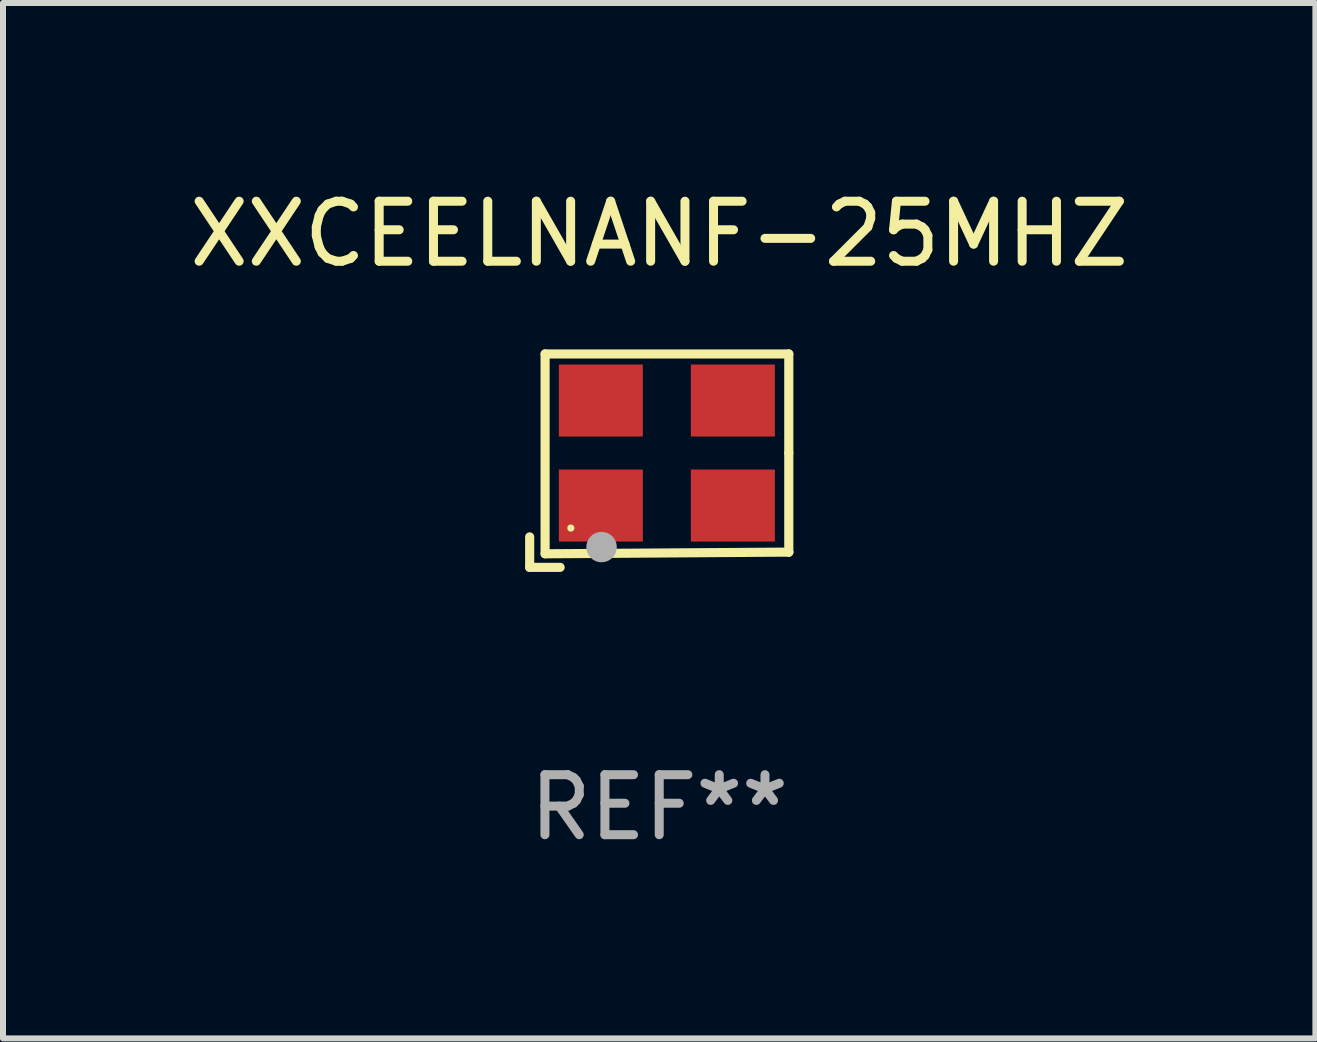
<source format=kicad_pcb>
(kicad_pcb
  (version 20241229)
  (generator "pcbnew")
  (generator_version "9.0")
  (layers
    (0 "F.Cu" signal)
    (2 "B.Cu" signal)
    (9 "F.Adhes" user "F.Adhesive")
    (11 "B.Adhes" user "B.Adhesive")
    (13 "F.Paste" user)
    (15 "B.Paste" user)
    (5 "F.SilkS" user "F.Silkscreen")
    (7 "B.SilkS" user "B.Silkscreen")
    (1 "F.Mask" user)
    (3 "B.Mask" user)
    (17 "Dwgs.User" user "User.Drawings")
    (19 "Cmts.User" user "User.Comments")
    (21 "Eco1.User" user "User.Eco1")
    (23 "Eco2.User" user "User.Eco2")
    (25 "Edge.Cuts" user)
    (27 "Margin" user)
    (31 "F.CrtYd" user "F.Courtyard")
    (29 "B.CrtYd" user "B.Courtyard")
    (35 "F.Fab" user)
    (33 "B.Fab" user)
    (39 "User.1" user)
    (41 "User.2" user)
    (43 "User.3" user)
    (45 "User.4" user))
  (footprint "XXCEELNANF-25MHZ"
    (layer "F.Cu")
    (at 7.935 4.626)
    (property "Reference" "XXCEELNANF-25MHZ" (at 0 -3.778 0) (layer "F.SilkS") (effects (font (size 1 1) (thickness 0.15))))
    (attr through_hole)
    (fp_line (start -2.159 1.27) (end -2.159 1.778) (stroke (width 0.152) (type solid)) (layer "F.SilkS"))
    (fp_line (start -2.159 1.778) (end -1.651 1.778) (stroke (width 0.152) (type solid)) (layer "F.SilkS"))
    (fp_line (start -1.902 -1.778) (end 2.159 -1.778) (stroke (width 0.152) (type solid)) (layer "F.SilkS"))
    (fp_line (start -1.902 1.552) (end -1.902 -1.778) (stroke (width 0.152) (type solid)) (layer "F.SilkS"))
    (fp_line (start 2.159 -1.778) (end 2.159 -0.127) (stroke (width 0.152) (type solid)) (layer "F.SilkS"))
    (fp_line (start 2.159 -0.127) (end 2.159 1.524) (stroke (width 0.152) (type solid)) (layer "F.SilkS"))
    (fp_line (start 2.159 1.524) (end -1.902 1.552) (stroke (width 0.152) (type solid)) (layer "F.SilkS"))
    (fp_line (start 2.159 1.524) (end 2.159 1.524) (stroke (width 0.152) (type solid)) (layer "F.SilkS"))
    (fp_circle (center -1.473 1.123) (end -1.443 1.123) (stroke (width 0.06) (type solid)) (fill no) (layer "F.SilkS"))
    (fp_circle (center -0.961 1.44) (end -0.834 1.44) (stroke (width 0.254) (type solid)) (fill no) (layer "F.Fab"))
    (fp_text user "REF**" (at 0 5.778 0) (layer "F.Fab") (effects (font (size 1 1) (thickness 0.15))))
    (pad "1" smd rect (at -0.973 0.748) (size 1.4 1.2) (layers "F.Cu" "F.Mask" "F.Paste"))
    (pad "2" smd rect (at 1.227 0.748) (size 1.4 1.2) (layers "F.Cu" "F.Mask" "F.Paste"))
    (pad "3" smd rect (at 1.227 -1.002) (size 1.4 1.2) (layers "F.Cu" "F.Mask" "F.Paste"))
    (pad "4" smd rect (at -0.973 -1.002) (size 1.4 1.2) (layers "F.Cu" "F.Mask" "F.Paste")))
  (gr_rect
    (start -3 -3)
    (end 18.869 14.253)
    (stroke (width 0.1) (type default))
    (fill no)
    (layer "Edge.Cuts")))
</source>
